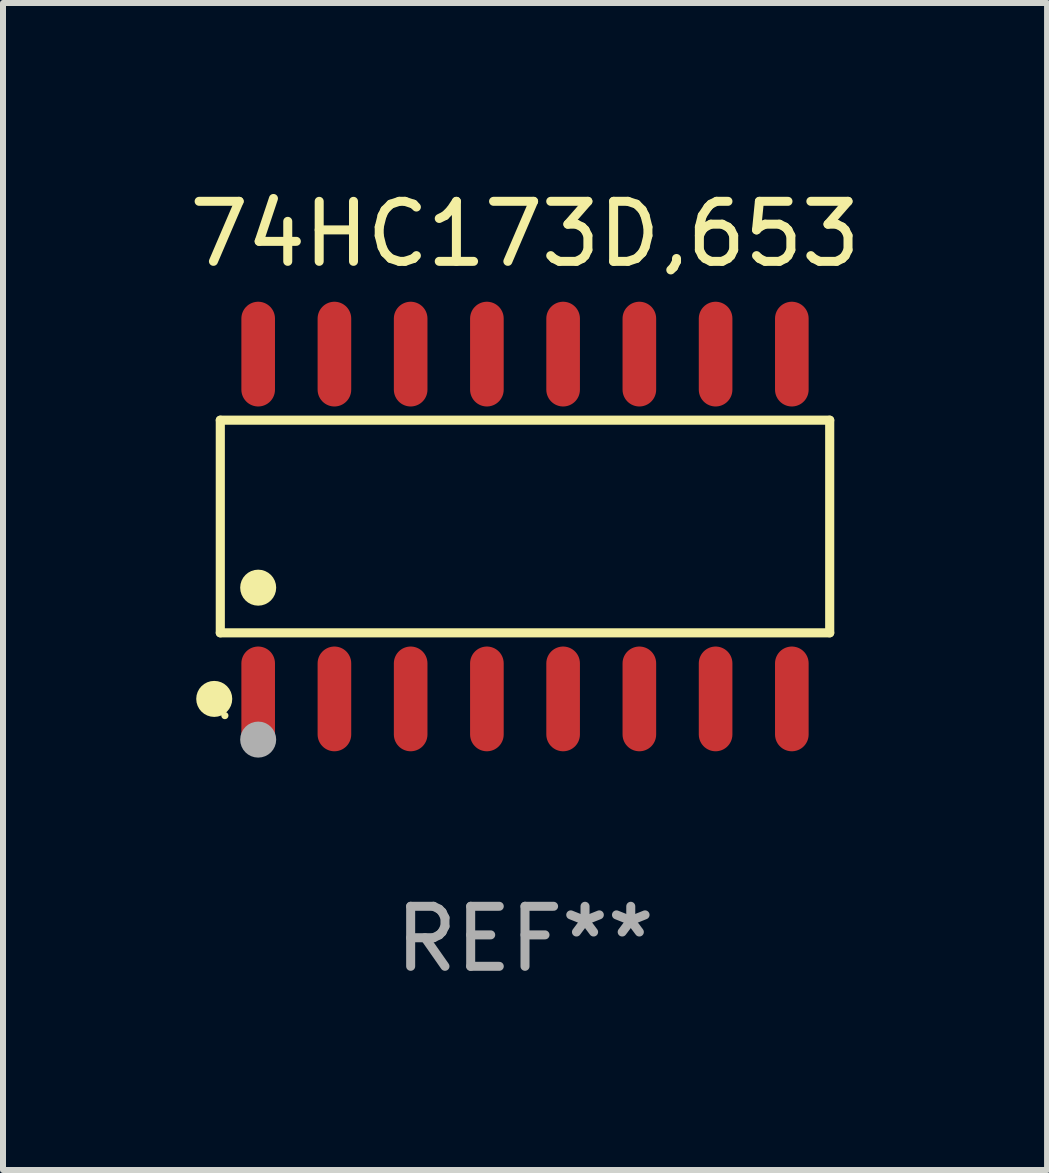
<source format=kicad_pcb>
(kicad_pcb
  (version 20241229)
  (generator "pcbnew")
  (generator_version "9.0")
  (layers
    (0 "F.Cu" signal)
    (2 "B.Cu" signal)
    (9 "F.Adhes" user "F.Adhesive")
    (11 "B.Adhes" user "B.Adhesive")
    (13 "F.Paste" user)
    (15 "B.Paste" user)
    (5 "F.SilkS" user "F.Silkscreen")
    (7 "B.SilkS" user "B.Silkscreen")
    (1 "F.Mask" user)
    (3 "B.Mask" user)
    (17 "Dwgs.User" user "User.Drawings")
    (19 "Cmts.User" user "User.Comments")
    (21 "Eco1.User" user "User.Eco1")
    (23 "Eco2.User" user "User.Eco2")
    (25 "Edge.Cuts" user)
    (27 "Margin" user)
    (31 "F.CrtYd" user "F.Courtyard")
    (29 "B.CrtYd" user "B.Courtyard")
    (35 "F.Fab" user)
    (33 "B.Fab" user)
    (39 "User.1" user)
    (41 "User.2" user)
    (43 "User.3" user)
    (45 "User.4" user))
  (footprint "74HC173D,653"
    (layer "F.Cu")
    (at 5.696 5.721)
    (property "Reference" "74HC173D,653" (at 0 -4.872 0) (layer "F.SilkS") (effects (font (size 1 1) (thickness 0.15))))
    (attr through_hole)
    (fp_line (start -5.076 -1.771) (end 5.076 -1.771) (stroke (width 0.152) (type solid)) (layer "F.SilkS"))
    (fp_line (start -5.076 1.771) (end -5.076 -1.771) (stroke (width 0.152) (type solid)) (layer "F.SilkS"))
    (fp_line (start 5.076 -1.771) (end 5.076 1.771) (stroke (width 0.152) (type solid)) (layer "F.SilkS"))
    (fp_line (start 5.076 1.771) (end -5.076 1.771) (stroke (width 0.152) (type solid)) (layer "F.SilkS"))
    (fp_circle (center -5.177 2.872) (end -5.027 2.872) (stroke (width 0.3) (type solid)) (fill no) (layer "F.SilkS"))
    (fp_circle (center -5 3.15) (end -4.97 3.15) (stroke (width 0.06) (type solid)) (fill no) (layer "F.SilkS"))
    (fp_circle (center -4.445 1.019) (end -4.295 1.019) (stroke (width 0.3) (type solid)) (fill no) (layer "F.SilkS"))
    (fp_circle (center -4.445 3.55) (end -4.295 3.55) (stroke (width 0.3) (type solid)) (fill no) (layer "F.Fab"))
    (fp_text user "REF**" (at 0 6.872 0) (layer "F.Fab") (effects (font (size 1 1) (thickness 0.15))))
    (pad "1" smd oval (at -4.445 2.872) (size 0.56 1.745) (layers "F.Cu" "F.Mask" "F.Paste"))
    (pad "2" smd oval (at -3.175 2.872) (size 0.56 1.745) (layers "F.Cu" "F.Mask" "F.Paste"))
    (pad "3" smd oval (at -1.905 2.872) (size 0.56 1.745) (layers "F.Cu" "F.Mask" "F.Paste"))
    (pad "4" smd oval (at -0.635 2.872) (size 0.56 1.745) (layers "F.Cu" "F.Mask" "F.Paste"))
    (pad "5" smd oval (at 0.635 2.872) (size 0.56 1.745) (layers "F.Cu" "F.Mask" "F.Paste"))
    (pad "6" smd oval (at 1.905 2.872) (size 0.56 1.745) (layers "F.Cu" "F.Mask" "F.Paste"))
    (pad "7" smd oval (at 3.175 2.872) (size 0.56 1.745) (layers "F.Cu" "F.Mask" "F.Paste"))
    (pad "8" smd oval (at 4.445 2.872) (size 0.56 1.745) (layers "F.Cu" "F.Mask" "F.Paste"))
    (pad "9" smd oval (at 4.445 -2.872) (size 0.56 1.745) (layers "F.Cu" "F.Mask" "F.Paste"))
    (pad "10" smd oval (at 3.175 -2.872) (size 0.56 1.745) (layers "F.Cu" "F.Mask" "F.Paste"))
    (pad "11" smd oval (at 1.905 -2.872) (size 0.56 1.745) (layers "F.Cu" "F.Mask" "F.Paste"))
    (pad "12" smd oval (at 0.635 -2.872) (size 0.56 1.745) (layers "F.Cu" "F.Mask" "F.Paste"))
    (pad "13" smd oval (at -0.635 -2.872) (size 0.56 1.745) (layers "F.Cu" "F.Mask" "F.Paste"))
    (pad "14" smd oval (at -1.905 -2.872) (size 0.56 1.745) (layers "F.Cu" "F.Mask" "F.Paste"))
    (pad "15" smd oval (at -3.175 -2.872) (size 0.56 1.745) (layers "F.Cu" "F.Mask" "F.Paste"))
    (pad "16" smd oval (at -4.445 -2.872) (size 0.56 1.745) (layers "F.Cu" "F.Mask" "F.Paste")))
  (gr_rect
    (start -3 -3)
    (end 14.393 16.441)
    (stroke (width 0.1) (type default))
    (fill no)
    (layer "Edge.Cuts")))
</source>
